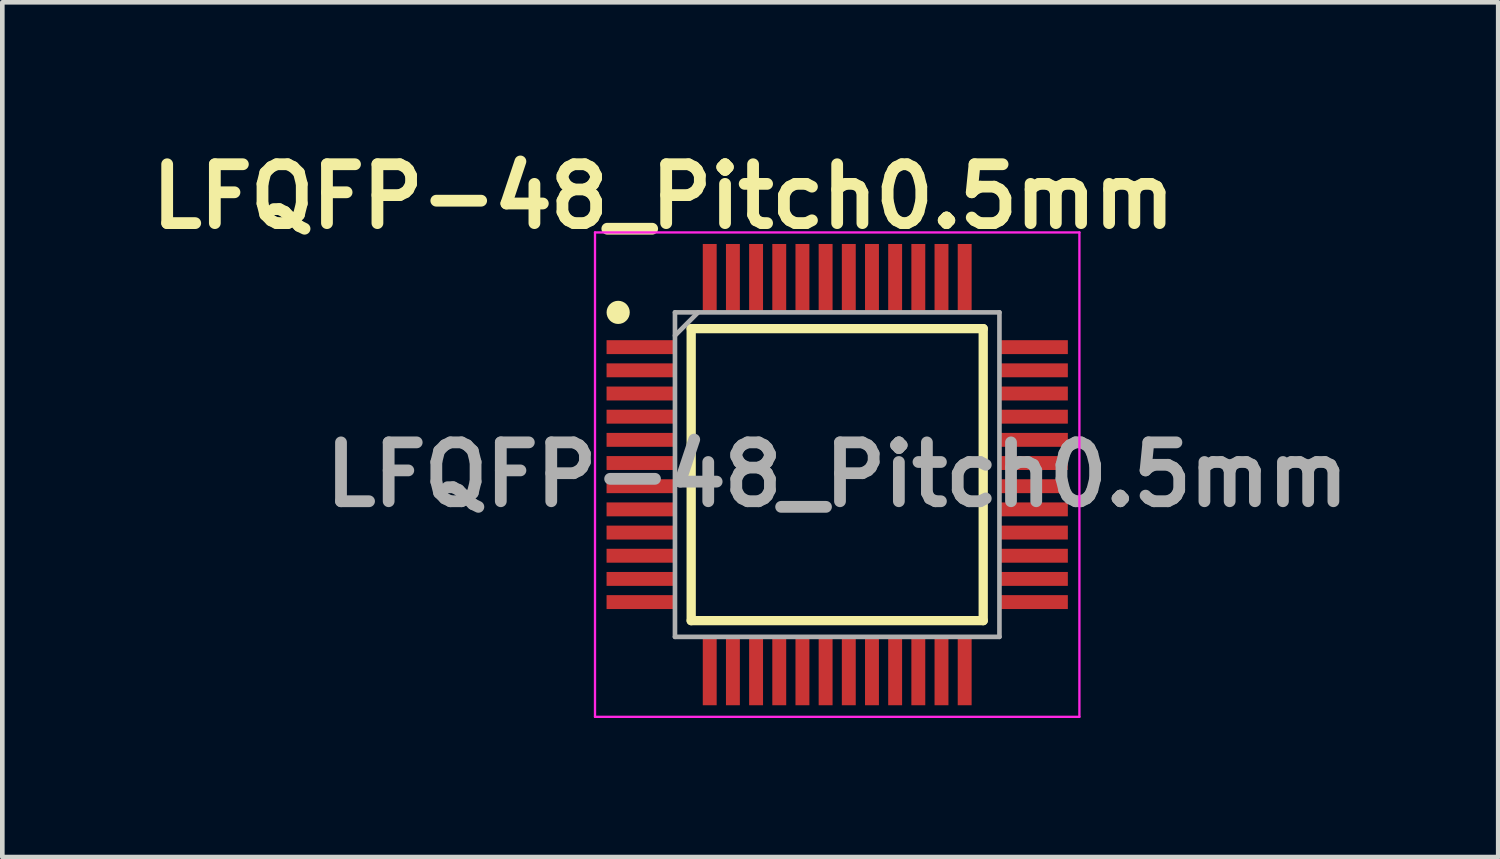
<source format=kicad_pcb>
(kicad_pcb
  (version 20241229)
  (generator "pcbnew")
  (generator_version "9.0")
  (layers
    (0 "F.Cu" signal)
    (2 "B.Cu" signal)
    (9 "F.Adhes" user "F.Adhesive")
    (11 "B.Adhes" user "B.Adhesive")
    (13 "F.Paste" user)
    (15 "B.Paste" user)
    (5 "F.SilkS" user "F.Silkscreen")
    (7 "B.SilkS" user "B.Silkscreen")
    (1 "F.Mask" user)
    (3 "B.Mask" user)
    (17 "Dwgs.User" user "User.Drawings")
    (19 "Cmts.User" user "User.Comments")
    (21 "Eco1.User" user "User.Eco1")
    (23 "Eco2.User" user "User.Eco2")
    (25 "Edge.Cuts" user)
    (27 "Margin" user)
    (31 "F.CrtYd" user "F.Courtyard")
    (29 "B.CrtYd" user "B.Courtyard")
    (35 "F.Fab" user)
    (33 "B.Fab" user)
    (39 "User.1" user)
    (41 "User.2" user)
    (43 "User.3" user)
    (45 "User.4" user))
  (footprint "LFQFP-48_Pitch0.5mm"
    (layer "F.Cu")
    (at 15.011 7.189)
    (property "Reference" "LFQFP-48_Pitch0.5mm" (at -3.75 -6 0) (layer "F.SilkS") (effects (font (size 1.27 1.27) (thickness 0.254))))
    (attr smd)
    (fp_line (start -3.15 -3.15) (end 3.15 -3.15) (stroke (width 0.2) (type solid)) (layer "F.SilkS"))
    (fp_line (start -3.15 3.15) (end -3.15 -3.15) (stroke (width 0.2) (type solid)) (layer "F.SilkS"))
    (fp_line (start 3.15 -3.15) (end 3.15 3.15) (stroke (width 0.2) (type solid)) (layer "F.SilkS"))
    (fp_line (start 3.15 3.15) (end -3.15 3.15) (stroke (width 0.2) (type solid)) (layer "F.SilkS"))
    (fp_circle (center -4.725 -3.5) (end -4.725 -3.375) (stroke (width 0.25) (type solid)) (fill no) (layer "F.SilkS"))
    (fp_line (start -5.225 -5.225) (end 5.225 -5.225) (stroke (width 0.05) (type solid)) (layer "F.CrtYd"))
    (fp_line (start -5.225 5.225) (end -5.225 -5.225) (stroke (width 0.05) (type solid)) (layer "F.CrtYd"))
    (fp_line (start 5.225 -5.225) (end 5.225 5.225) (stroke (width 0.05) (type solid)) (layer "F.CrtYd"))
    (fp_line (start 5.225 5.225) (end -5.225 5.225) (stroke (width 0.05) (type solid)) (layer "F.CrtYd"))
    (fp_line (start -3.5 -3.5) (end 3.5 -3.5) (stroke (width 0.1) (type solid)) (layer "F.Fab"))
    (fp_line (start -3.5 -3) (end -3 -3.5) (stroke (width 0.1) (type solid)) (layer "F.Fab"))
    (fp_line (start -3.5 3.5) (end -3.5 -3.5) (stroke (width 0.1) (type solid)) (layer "F.Fab"))
    (fp_line (start 3.5 -3.5) (end 3.5 3.5) (stroke (width 0.1) (type solid)) (layer "F.Fab"))
    (fp_line (start 3.5 3.5) (end -3.5 3.5) (stroke (width 0.1) (type solid)) (layer "F.Fab"))
    (fp_text user "${REFERENCE}" (at 0 0 0) (layer "F.Fab") (effects (font (size 1.27 1.27) (thickness 0.254))))
    (pad "1" smd rect (at -4.238 -2.75 90) (size 0.3 1.475) (layers "F.Cu" "F.Mask" "F.Paste"))
    (pad "2" smd rect (at -4.238 -2.25 90) (size 0.3 1.475) (layers "F.Cu" "F.Mask" "F.Paste"))
    (pad "3" smd rect (at -4.238 -1.75 90) (size 0.3 1.475) (layers "F.Cu" "F.Mask" "F.Paste"))
    (pad "4" smd rect (at -4.238 -1.25 90) (size 0.3 1.475) (layers "F.Cu" "F.Mask" "F.Paste"))
    (pad "5" smd rect (at -4.238 -0.75 90) (size 0.3 1.475) (layers "F.Cu" "F.Mask" "F.Paste"))
    (pad "6" smd rect (at -4.238 -0.25 90) (size 0.3 1.475) (layers "F.Cu" "F.Mask" "F.Paste"))
    (pad "7" smd rect (at -4.238 0.25 90) (size 0.3 1.475) (layers "F.Cu" "F.Mask" "F.Paste"))
    (pad "8" smd rect (at -4.238 0.75 90) (size 0.3 1.475) (layers "F.Cu" "F.Mask" "F.Paste"))
    (pad "9" smd rect (at -4.238 1.25 90) (size 0.3 1.475) (layers "F.Cu" "F.Mask" "F.Paste"))
    (pad "10" smd rect (at -4.238 1.75 90) (size 0.3 1.475) (layers "F.Cu" "F.Mask" "F.Paste"))
    (pad "11" smd rect (at -4.238 2.25 90) (size 0.3 1.475) (layers "F.Cu" "F.Mask" "F.Paste"))
    (pad "12" smd rect (at -4.238 2.75 90) (size 0.3 1.475) (layers "F.Cu" "F.Mask" "F.Paste"))
    (pad "13" smd rect (at -2.75 4.238) (size 0.3 1.475) (layers "F.Cu" "F.Mask" "F.Paste"))
    (pad "14" smd rect (at -2.25 4.238) (size 0.3 1.475) (layers "F.Cu" "F.Mask" "F.Paste"))
    (pad "15" smd rect (at -1.75 4.238) (size 0.3 1.475) (layers "F.Cu" "F.Mask" "F.Paste"))
    (pad "16" smd rect (at -1.25 4.238) (size 0.3 1.475) (layers "F.Cu" "F.Mask" "F.Paste"))
    (pad "17" smd rect (at -0.75 4.238) (size 0.3 1.475) (layers "F.Cu" "F.Mask" "F.Paste"))
    (pad "18" smd rect (at -0.25 4.238) (size 0.3 1.475) (layers "F.Cu" "F.Mask" "F.Paste"))
    (pad "19" smd rect (at 0.25 4.238) (size 0.3 1.475) (layers "F.Cu" "F.Mask" "F.Paste"))
    (pad "20" smd rect (at 0.75 4.238) (size 0.3 1.475) (layers "F.Cu" "F.Mask" "F.Paste"))
    (pad "21" smd rect (at 1.25 4.238) (size 0.3 1.475) (layers "F.Cu" "F.Mask" "F.Paste"))
    (pad "22" smd rect (at 1.75 4.238) (size 0.3 1.475) (layers "F.Cu" "F.Mask" "F.Paste"))
    (pad "23" smd rect (at 2.25 4.238) (size 0.3 1.475) (layers "F.Cu" "F.Mask" "F.Paste"))
    (pad "24" smd rect (at 2.75 4.238) (size 0.3 1.475) (layers "F.Cu" "F.Mask" "F.Paste"))
    (pad "25" smd rect (at 4.238 2.75 90) (size 0.3 1.475) (layers "F.Cu" "F.Mask" "F.Paste"))
    (pad "26" smd rect (at 4.238 2.25 90) (size 0.3 1.475) (layers "F.Cu" "F.Mask" "F.Paste"))
    (pad "27" smd rect (at 4.238 1.75 90) (size 0.3 1.475) (layers "F.Cu" "F.Mask" "F.Paste"))
    (pad "28" smd rect (at 4.238 1.25 90) (size 0.3 1.475) (layers "F.Cu" "F.Mask" "F.Paste"))
    (pad "29" smd rect (at 4.238 0.75 90) (size 0.3 1.475) (layers "F.Cu" "F.Mask" "F.Paste"))
    (pad "30" smd rect (at 4.238 0.25 90) (size 0.3 1.475) (layers "F.Cu" "F.Mask" "F.Paste"))
    (pad "31" smd rect (at 4.238 -0.25 90) (size 0.3 1.475) (layers "F.Cu" "F.Mask" "F.Paste"))
    (pad "32" smd rect (at 4.238 -0.75 90) (size 0.3 1.475) (layers "F.Cu" "F.Mask" "F.Paste"))
    (pad "33" smd rect (at 4.238 -1.25 90) (size 0.3 1.475) (layers "F.Cu" "F.Mask" "F.Paste"))
    (pad "34" smd rect (at 4.238 -1.75 90) (size 0.3 1.475) (layers "F.Cu" "F.Mask" "F.Paste"))
    (pad "35" smd rect (at 4.238 -2.25 90) (size 0.3 1.475) (layers "F.Cu" "F.Mask" "F.Paste"))
    (pad "36" smd rect (at 4.238 -2.75 90) (size 0.3 1.475) (layers "F.Cu" "F.Mask" "F.Paste"))
    (pad "37" smd rect (at 2.75 -4.238) (size 0.3 1.475) (layers "F.Cu" "F.Mask" "F.Paste"))
    (pad "38" smd rect (at 2.25 -4.238) (size 0.3 1.475) (layers "F.Cu" "F.Mask" "F.Paste"))
    (pad "39" smd rect (at 1.75 -4.238) (size 0.3 1.475) (layers "F.Cu" "F.Mask" "F.Paste"))
    (pad "40" smd rect (at 1.25 -4.238) (size 0.3 1.475) (layers "F.Cu" "F.Mask" "F.Paste"))
    (pad "41" smd rect (at 0.75 -4.238) (size 0.3 1.475) (layers "F.Cu" "F.Mask" "F.Paste"))
    (pad "42" smd rect (at 0.25 -4.238) (size 0.3 1.475) (layers "F.Cu" "F.Mask" "F.Paste"))
    (pad "43" smd rect (at -0.25 -4.238) (size 0.3 1.475) (layers "F.Cu" "F.Mask" "F.Paste"))
    (pad "44" smd rect (at -0.75 -4.238) (size 0.3 1.475) (layers "F.Cu" "F.Mask" "F.Paste"))
    (pad "45" smd rect (at -1.25 -4.238) (size 0.3 1.475) (layers "F.Cu" "F.Mask" "F.Paste"))
    (pad "46" smd rect (at -1.75 -4.238) (size 0.3 1.475) (layers "F.Cu" "F.Mask" "F.Paste"))
    (pad "47" smd rect (at -2.25 -4.238) (size 0.3 1.475) (layers "F.Cu" "F.Mask" "F.Paste"))
    (pad "48" smd rect (at -2.75 -4.238) (size 0.3 1.475) (layers "F.Cu" "F.Mask" "F.Paste")))
  (gr_rect
    (start -3 -3)
    (end 29.271 15.439)
    (stroke (width 0.1) (type default))
    (fill no)
    (layer "Edge.Cuts")))
</source>
